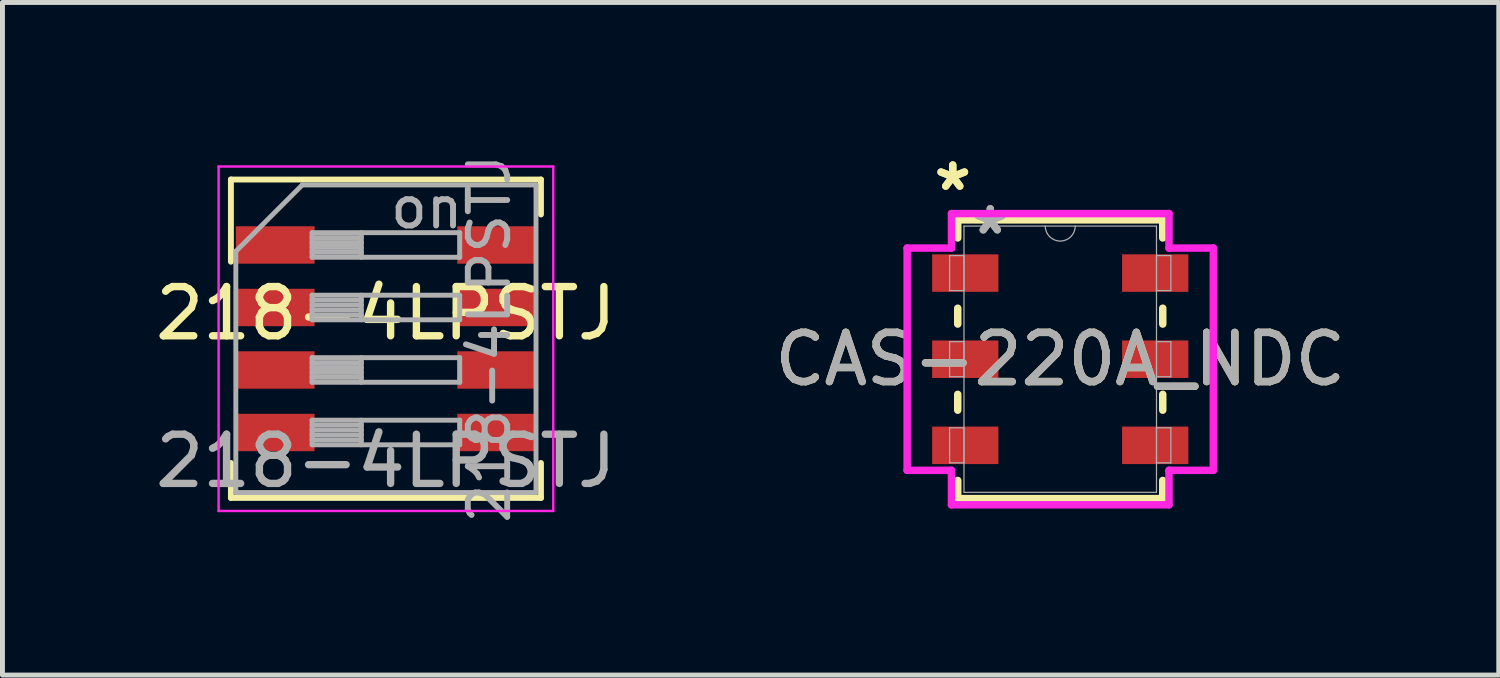
<source format=kicad_pcb>
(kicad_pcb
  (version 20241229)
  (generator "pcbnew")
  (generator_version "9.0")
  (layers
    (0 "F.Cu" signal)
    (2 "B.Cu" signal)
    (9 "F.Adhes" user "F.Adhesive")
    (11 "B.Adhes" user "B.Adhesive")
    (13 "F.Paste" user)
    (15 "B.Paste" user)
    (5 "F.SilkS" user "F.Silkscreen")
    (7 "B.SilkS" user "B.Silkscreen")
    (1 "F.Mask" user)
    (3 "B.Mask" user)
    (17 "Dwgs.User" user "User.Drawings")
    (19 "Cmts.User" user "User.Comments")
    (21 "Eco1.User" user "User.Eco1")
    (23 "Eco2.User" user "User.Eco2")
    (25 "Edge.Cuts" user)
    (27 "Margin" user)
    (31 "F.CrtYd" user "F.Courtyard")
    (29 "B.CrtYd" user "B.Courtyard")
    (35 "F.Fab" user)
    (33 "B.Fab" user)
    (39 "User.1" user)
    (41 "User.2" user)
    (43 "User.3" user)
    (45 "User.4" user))
  (footprint "CAS-220A_NDC"
    (layer "F.Cu")
    (at 18.494 4.249)
    (property "Reference" "CAS-220A_NDC" (at 0 0 0) (unlocked yes) (layer "F.SilkS") (effects (font (size 1 1) (thickness 0.15))))
    (attr smd)
    (fp_line (start -2.083 -2.832) (end -2.083 -2.464) (stroke (width 0.152) (type solid)) (layer "F.SilkS"))
    (fp_line (start -2.083 -1.036) (end -2.083 -0.714) (stroke (width 0.152) (type solid)) (layer "F.SilkS"))
    (fp_line (start -2.083 0.714) (end -2.083 1.036) (stroke (width 0.152) (type solid)) (layer "F.SilkS"))
    (fp_line (start -2.083 2.464) (end -2.083 2.832) (stroke (width 0.152) (type solid)) (layer "F.SilkS"))
    (fp_line (start -2.083 2.832) (end 2.083 2.832) (stroke (width 0.152) (type solid)) (layer "F.SilkS"))
    (fp_line (start 2.083 -2.832) (end -2.083 -2.832) (stroke (width 0.152) (type solid)) (layer "F.SilkS"))
    (fp_line (start 2.083 -2.464) (end 2.083 -2.832) (stroke (width 0.152) (type solid)) (layer "F.SilkS"))
    (fp_line (start 2.083 -0.714) (end 2.083 -1.036) (stroke (width 0.152) (type solid)) (layer "F.SilkS"))
    (fp_line (start 2.083 1.036) (end 2.083 0.714) (stroke (width 0.152) (type solid)) (layer "F.SilkS"))
    (fp_line (start 2.083 2.832) (end 2.083 2.464) (stroke (width 0.152) (type solid)) (layer "F.SilkS"))
    (fp_line (start -3.111 -2.258) (end -2.21 -2.258) (stroke (width 0.152) (type solid)) (layer "F.CrtYd"))
    (fp_line (start -3.111 2.258) (end -3.111 -2.258) (stroke (width 0.152) (type solid)) (layer "F.CrtYd"))
    (fp_line (start -3.111 2.258) (end -2.21 2.258) (stroke (width 0.152) (type solid)) (layer "F.CrtYd"))
    (fp_line (start -2.21 -2.959) (end 2.21 -2.959) (stroke (width 0.152) (type solid)) (layer "F.CrtYd"))
    (fp_line (start -2.21 -2.258) (end -2.21 -2.959) (stroke (width 0.152) (type solid)) (layer "F.CrtYd"))
    (fp_line (start -2.21 2.959) (end -2.21 2.258) (stroke (width 0.152) (type solid)) (layer "F.CrtYd"))
    (fp_line (start 2.21 -2.959) (end 2.21 -2.258) (stroke (width 0.152) (type solid)) (layer "F.CrtYd"))
    (fp_line (start 2.21 2.258) (end 2.21 2.959) (stroke (width 0.152) (type solid)) (layer "F.CrtYd"))
    (fp_line (start 2.21 2.959) (end -2.21 2.959) (stroke (width 0.152) (type solid)) (layer "F.CrtYd"))
    (fp_line (start 3.111 -2.258) (end 2.21 -2.258) (stroke (width 0.152) (type solid)) (layer "F.CrtYd"))
    (fp_line (start 3.111 -2.258) (end 3.111 2.258) (stroke (width 0.152) (type solid)) (layer "F.CrtYd"))
    (fp_line (start 3.111 2.258) (end 2.21 2.258) (stroke (width 0.152) (type solid)) (layer "F.CrtYd"))
    (fp_line (start -2.248 -2.106) (end -2.248 -1.394) (stroke (width 0.025) (type solid)) (layer "F.Fab"))
    (fp_line (start -2.248 -1.394) (end -1.956 -1.394) (stroke (width 0.025) (type solid)) (layer "F.Fab"))
    (fp_line (start -2.248 -0.356) (end -2.248 0.356) (stroke (width 0.025) (type solid)) (layer "F.Fab"))
    (fp_line (start -2.248 0.356) (end -1.956 0.356) (stroke (width 0.025) (type solid)) (layer "F.Fab"))
    (fp_line (start -2.248 1.394) (end -2.248 2.106) (stroke (width 0.025) (type solid)) (layer "F.Fab"))
    (fp_line (start -2.248 2.106) (end -1.956 2.106) (stroke (width 0.025) (type solid)) (layer "F.Fab"))
    (fp_line (start -1.956 -2.705) (end -1.956 2.705) (stroke (width 0.025) (type solid)) (layer "F.Fab"))
    (fp_line (start -1.956 -2.106) (end -2.248 -2.106) (stroke (width 0.025) (type solid)) (layer "F.Fab"))
    (fp_line (start -1.956 -1.394) (end -1.956 -2.106) (stroke (width 0.025) (type solid)) (layer "F.Fab"))
    (fp_line (start -1.956 -0.356) (end -2.248 -0.356) (stroke (width 0.025) (type solid)) (layer "F.Fab"))
    (fp_line (start -1.956 0.356) (end -1.956 -0.356) (stroke (width 0.025) (type solid)) (layer "F.Fab"))
    (fp_line (start -1.956 1.394) (end -2.248 1.394) (stroke (width 0.025) (type solid)) (layer "F.Fab"))
    (fp_line (start -1.956 2.106) (end -1.956 1.394) (stroke (width 0.025) (type solid)) (layer "F.Fab"))
    (fp_line (start -1.956 2.705) (end 1.956 2.705) (stroke (width 0.025) (type solid)) (layer "F.Fab"))
    (fp_line (start 1.956 -2.705) (end -1.956 -2.705) (stroke (width 0.025) (type solid)) (layer "F.Fab"))
    (fp_line (start 1.956 -2.106) (end 1.956 -1.394) (stroke (width 0.025) (type solid)) (layer "F.Fab"))
    (fp_line (start 1.956 -1.394) (end 2.248 -1.394) (stroke (width 0.025) (type solid)) (layer "F.Fab"))
    (fp_line (start 1.956 -0.356) (end 1.956 0.356) (stroke (width 0.025) (type solid)) (layer "F.Fab"))
    (fp_line (start 1.956 0.356) (end 2.248 0.356) (stroke (width 0.025) (type solid)) (layer "F.Fab"))
    (fp_line (start 1.956 1.394) (end 1.956 2.106) (stroke (width 0.025) (type solid)) (layer "F.Fab"))
    (fp_line (start 1.956 2.106) (end 2.248 2.106) (stroke (width 0.025) (type solid)) (layer "F.Fab"))
    (fp_line (start 1.956 2.705) (end 1.956 -2.705) (stroke (width 0.025) (type solid)) (layer "F.Fab"))
    (fp_line (start 2.248 -2.106) (end 1.956 -2.106) (stroke (width 0.025) (type solid)) (layer "F.Fab"))
    (fp_line (start 2.248 -1.394) (end 2.248 -2.106) (stroke (width 0.025) (type solid)) (layer "F.Fab"))
    (fp_line (start 2.248 -0.356) (end 1.956 -0.356) (stroke (width 0.025) (type solid)) (layer "F.Fab"))
    (fp_line (start 2.248 0.356) (end 2.248 -0.356) (stroke (width 0.025) (type solid)) (layer "F.Fab"))
    (fp_line (start 2.248 1.394) (end 1.956 1.394) (stroke (width 0.025) (type solid)) (layer "F.Fab"))
    (fp_line (start 2.248 2.106) (end 2.248 1.394) (stroke (width 0.025) (type solid)) (layer "F.Fab"))
    (fp_arc (start 0.3048 -2.7051) (mid 0 -2.4003) (end -0.3048 -2.7051) (stroke (width 0.0254) (type solid)) (layer "F.Fab"))
    (fp_text user "*" (at -2.184 -3.401 0) (unlocked yes) (layer "F.SilkS") (effects (font (size 1 1) (thickness 0.15))))
    (fp_text user "*" (at -2.184 -3.401 0) (layer "F.SilkS") (effects (font (size 1 1) (thickness 0.15))))
    (fp_text user "${REFERENCE}" (at 0 0 0) (unlocked yes) (layer "F.Fab") (effects (font (size 1 1) (thickness 0.15))))
    (fp_text user "*" (at -1.422 -2.512 0) (unlocked yes) (layer "F.Fab") (effects (font (size 1 1) (thickness 0.15))))
    (fp_text user "*" (at -1.422 -2.512 0) (layer "F.Fab") (effects (font (size 1 1) (thickness 0.15))))
    (pad "1" smd rect (at -1.93 -1.75) (size 1.346 0.762) (layers "F.Cu" "F.Mask" "F.Paste"))
    (pad "2" smd rect (at -1.93 0) (size 1.346 0.762) (layers "F.Cu" "F.Mask" "F.Paste"))
    (pad "3" smd rect (at -1.93 1.75) (size 1.346 0.762) (layers "F.Cu" "F.Mask" "F.Paste"))
    (pad "4" smd rect (at 1.93 -1.75) (size 1.346 0.762) (layers "F.Cu" "F.Mask" "F.Paste"))
    (pad "5" smd rect (at 1.93 0) (size 1.346 0.762) (layers "F.Cu" "F.Mask" "F.Paste"))
    (pad "6" smd rect (at 1.93 1.75) (size 1.346 0.762) (layers "F.Cu" "F.Mask" "F.Paste")))
  (footprint "218-4LPSTJ"
    (layer "F.Cu")
    (at 4.792 3.818)
    (property "Reference" "218-4LPSTJ" (at 0 -0.5 0) (unlocked yes) (layer "F.SilkS") (effects (font (size 1 1) (thickness 0.15))))
    (attr smd)
    (fp_line (start -3.15 -3.22) (end -3.15 -1.55) (stroke (width 0.12) (type solid)) (layer "F.SilkS"))
    (fp_line (start -3.15 -3.22) (end 3.15 -3.22) (stroke (width 0.12) (type solid)) (layer "F.SilkS"))
    (fp_line (start -3.15 2.54) (end -3.15 3.25) (stroke (width 0.12) (type solid)) (layer "F.SilkS"))
    (fp_line (start -3.15 3.25) (end 3.15 3.25) (stroke (width 0.12) (type solid)) (layer "F.SilkS"))
    (fp_line (start 3.15 -3.22) (end 3.15 -2.51) (stroke (width 0.12) (type solid)) (layer "F.SilkS"))
    (fp_line (start 3.15 2.54) (end 3.15 3.25) (stroke (width 0.12) (type solid)) (layer "F.SilkS"))
    (fp_line (start -3.4 -3.485) (end -3.4 3.515) (stroke (width 0.05) (type solid)) (layer "F.CrtYd"))
    (fp_line (start -3.4 3.515) (end 3.4 3.515) (stroke (width 0.05) (type solid)) (layer "F.CrtYd"))
    (fp_line (start 3.4 -3.485) (end -3.4 -3.485) (stroke (width 0.05) (type solid)) (layer "F.CrtYd"))
    (fp_line (start 3.4 3.515) (end 3.4 -3.485) (stroke (width 0.05) (type solid)) (layer "F.CrtYd"))
    (fp_line (start -3.05 -1.76) (end -1.7 -3.11) (stroke (width 0.1) (type solid)) (layer "F.Fab"))
    (fp_line (start -3.05 3.14) (end -3.05 -1.76) (stroke (width 0.1) (type solid)) (layer "F.Fab"))
    (fp_line (start -1.7 -3.11) (end 3.05 -3.11) (stroke (width 0.1) (type solid)) (layer "F.Fab"))
    (fp_line (start -1.5 -2.14) (end -1.5 -1.64) (stroke (width 0.1) (type solid)) (layer "F.Fab"))
    (fp_line (start -1.5 -2.04) (end -0.5 -2.04) (stroke (width 0.1) (type solid)) (layer "F.Fab"))
    (fp_line (start -1.5 -1.94) (end -0.5 -1.94) (stroke (width 0.1) (type solid)) (layer "F.Fab"))
    (fp_line (start -1.5 -1.84) (end -0.5 -1.84) (stroke (width 0.1) (type solid)) (layer "F.Fab"))
    (fp_line (start -1.5 -1.74) (end -0.5 -1.74) (stroke (width 0.1) (type solid)) (layer "F.Fab"))
    (fp_line (start -1.5 -1.64) (end 1.5 -1.64) (stroke (width 0.1) (type solid)) (layer "F.Fab"))
    (fp_line (start -1.5 -0.87) (end -1.5 -0.37) (stroke (width 0.1) (type solid)) (layer "F.Fab"))
    (fp_line (start -1.5 -0.77) (end -0.5 -0.77) (stroke (width 0.1) (type solid)) (layer "F.Fab"))
    (fp_line (start -1.5 -0.67) (end -0.5 -0.67) (stroke (width 0.1) (type solid)) (layer "F.Fab"))
    (fp_line (start -1.5 -0.57) (end -0.5 -0.57) (stroke (width 0.1) (type solid)) (layer "F.Fab"))
    (fp_line (start -1.5 -0.47) (end -0.5 -0.47) (stroke (width 0.1) (type solid)) (layer "F.Fab"))
    (fp_line (start -1.5 -0.37) (end 1.5 -0.37) (stroke (width 0.1) (type solid)) (layer "F.Fab"))
    (fp_line (start -1.5 0.4) (end -1.5 0.9) (stroke (width 0.1) (type solid)) (layer "F.Fab"))
    (fp_line (start -1.5 0.5) (end -0.5 0.5) (stroke (width 0.1) (type solid)) (layer "F.Fab"))
    (fp_line (start -1.5 0.6) (end -0.5 0.6) (stroke (width 0.1) (type solid)) (layer "F.Fab"))
    (fp_line (start -1.5 0.7) (end -0.5 0.7) (stroke (width 0.1) (type solid)) (layer "F.Fab"))
    (fp_line (start -1.5 0.8) (end -0.5 0.8) (stroke (width 0.1) (type solid)) (layer "F.Fab"))
    (fp_line (start -1.5 0.9) (end 1.5 0.9) (stroke (width 0.1) (type solid)) (layer "F.Fab"))
    (fp_line (start -1.5 1.67) (end -1.5 2.17) (stroke (width 0.1) (type solid)) (layer "F.Fab"))
    (fp_line (start -1.5 1.77) (end -0.5 1.77) (stroke (width 0.1) (type solid)) (layer "F.Fab"))
    (fp_line (start -1.5 1.87) (end -0.5 1.87) (stroke (width 0.1) (type solid)) (layer "F.Fab"))
    (fp_line (start -1.5 1.97) (end -0.5 1.97) (stroke (width 0.1) (type solid)) (layer "F.Fab"))
    (fp_line (start -1.5 2.07) (end -0.5 2.07) (stroke (width 0.1) (type solid)) (layer "F.Fab"))
    (fp_line (start -1.5 2.17) (end 1.5 2.17) (stroke (width 0.1) (type solid)) (layer "F.Fab"))
    (fp_line (start -0.5 -2.14) (end -0.5 -1.64) (stroke (width 0.1) (type solid)) (layer "F.Fab"))
    (fp_line (start -0.5 -0.87) (end -0.5 -0.37) (stroke (width 0.1) (type solid)) (layer "F.Fab"))
    (fp_line (start -0.5 0.4) (end -0.5 0.9) (stroke (width 0.1) (type solid)) (layer "F.Fab"))
    (fp_line (start -0.5 1.67) (end -0.5 2.17) (stroke (width 0.1) (type solid)) (layer "F.Fab"))
    (fp_line (start 1.5 -2.14) (end -1.5 -2.14) (stroke (width 0.1) (type solid)) (layer "F.Fab"))
    (fp_line (start 1.5 -1.64) (end 1.5 -2.14) (stroke (width 0.1) (type solid)) (layer "F.Fab"))
    (fp_line (start 1.5 -0.87) (end -1.5 -0.87) (stroke (width 0.1) (type solid)) (layer "F.Fab"))
    (fp_line (start 1.5 -0.37) (end 1.5 -0.87) (stroke (width 0.1) (type solid)) (layer "F.Fab"))
    (fp_line (start 1.5 0.4) (end -1.5 0.4) (stroke (width 0.1) (type solid)) (layer "F.Fab"))
    (fp_line (start 1.5 0.9) (end 1.5 0.4) (stroke (width 0.1) (type solid)) (layer "F.Fab"))
    (fp_line (start 1.5 1.67) (end -1.5 1.67) (stroke (width 0.1) (type solid)) (layer "F.Fab"))
    (fp_line (start 1.5 2.17) (end 1.5 1.67) (stroke (width 0.1) (type solid)) (layer "F.Fab"))
    (fp_line (start 3.05 -3.11) (end 3.05 3.14) (stroke (width 0.1) (type solid)) (layer "F.Fab"))
    (fp_line (start 3.05 3.14) (end -3.05 3.14) (stroke (width 0.1) (type solid)) (layer "F.Fab"))
    (fp_text user "on" (at 0.83 -2.65 0) (layer "F.Fab") (effects (font (size 0.8 0.8) (thickness 0.12))))
    (fp_text user "${REFERENCE}" (at 0 2.5 0) (unlocked yes) (layer "F.Fab") (effects (font (size 1 1) (thickness 0.15))))
    (fp_text user "${REFERENCE}" (at 2.1 0.015 90) (layer "F.Fab") (effects (font (size 0.8 0.8) (thickness 0.12))))
    (pad "1" smd rect (at -2.25 -1.89) (size 1.6 0.76) (layers "F.Cu" "F.Mask" "F.Paste"))
    (pad "2" smd rect (at -2.25 -0.62) (size 1.6 0.76) (layers "F.Cu" "F.Mask" "F.Paste"))
    (pad "3" smd rect (at -2.25 0.65) (size 1.6 0.76) (layers "F.Cu" "F.Mask" "F.Paste"))
    (pad "4" smd rect (at -2.25 1.92) (size 1.6 0.76) (layers "F.Cu" "F.Mask" "F.Paste"))
    (pad "5" smd rect (at 2.25 1.92) (size 1.6 0.76) (layers "F.Cu" "F.Mask" "F.Paste"))
    (pad "6" smd rect (at 2.25 0.65) (size 1.6 0.76) (layers "F.Cu" "F.Mask" "F.Paste"))
    (pad "7" smd rect (at 2.25 -0.62) (size 1.6 0.76) (layers "F.Cu" "F.Mask" "F.Paste"))
    (pad "8" smd rect (at 2.25 -1.89) (size 1.6 0.76) (layers "F.Cu" "F.Mask" "F.Paste")))
  (gr_rect
    (start -3 -3)
    (end 27.405 10.667)
    (stroke (width 0.1) (type default))
    (fill no)
    (layer "Edge.Cuts")))
</source>
